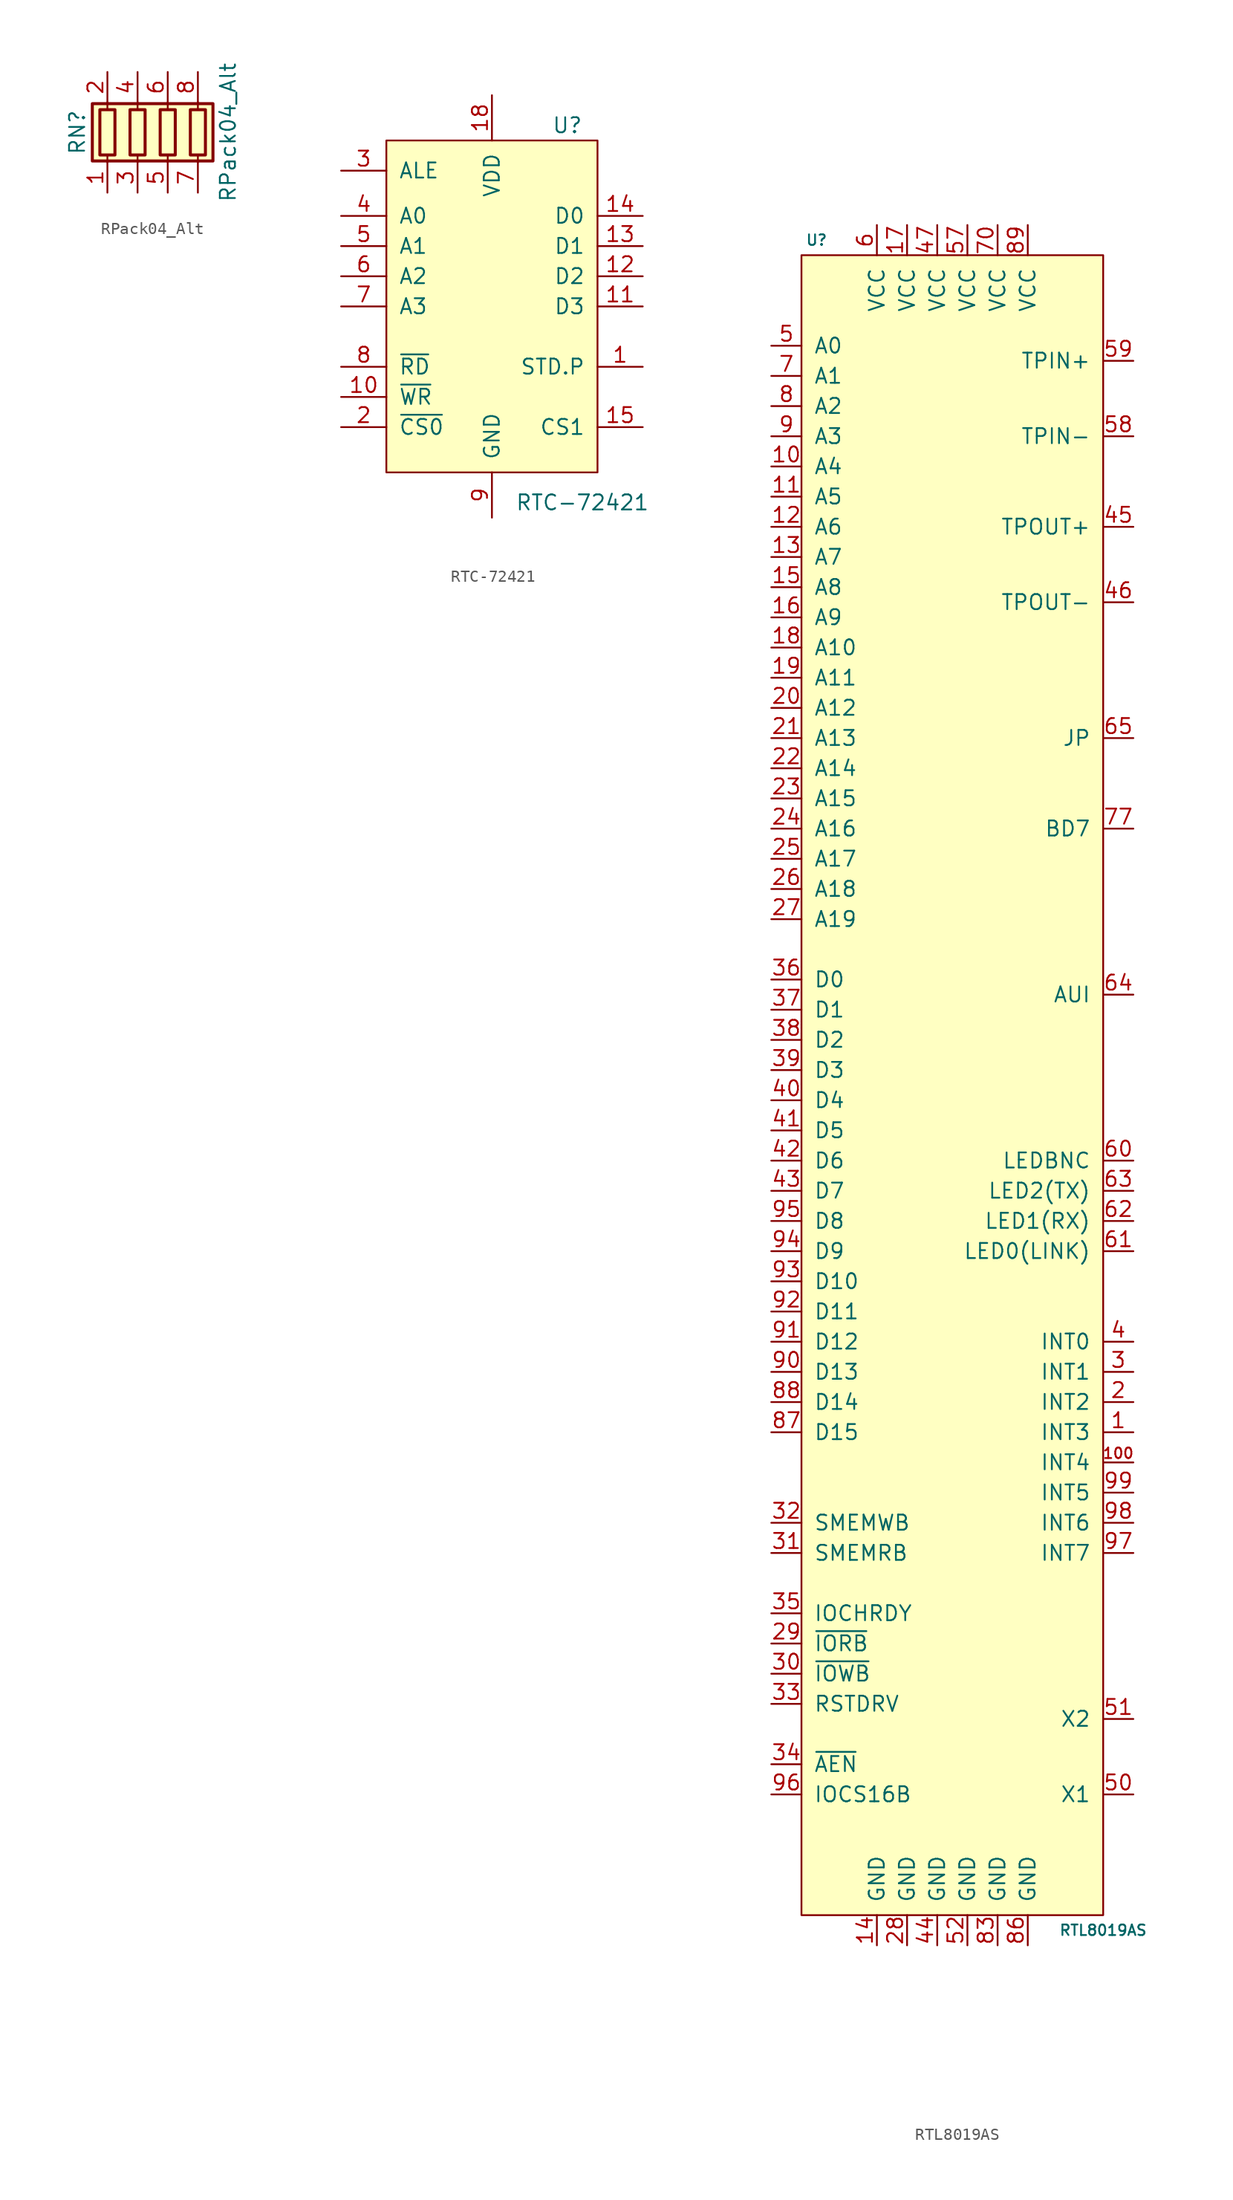
<source format=kicad_sym>
(kicad_symbol_lib
  (version 20220914)
  (generator kicad_symbol_editor)
  (symbol "RPack04_Alt"
    (pin_names
      (offset 0) hide)
    (property "Reference" "RN"
      (at -7.62 0 90)
      (effects (font (size 1.27 1.27))))
    (property "Value" "RPack04_Alt"
      (at 5.08 0 90)
      (effects (font (size 1.27 1.27))))
    (symbol "RPack04_Alt_0_1"
      (rectangle (start -6.35 -2.413) (end 3.81 2.413) (stroke (width 0.254) (type default)) (fill (type background)))
      (rectangle (start -5.715 1.905) (end -4.445 -1.905) (stroke (width 0.254) (type default)) (fill (type none)))
      (rectangle (start -3.175 1.905) (end -1.905 -1.905) (stroke (width 0.254) (type default)) (fill (type none)))
      (rectangle (start -0.635 1.905) (end 0.635 -1.905) (stroke (width 0.254) (type default)) (fill (type none)))
      (polyline (pts (xy -5.08 -2.54) (xy -5.08 -1.905)) (stroke (width 0) (type default)) (fill (type none)))
      (polyline (pts (xy -5.08 1.905) (xy -5.08 2.54)) (stroke (width 0) (type default)) (fill (type none)))
      (polyline (pts (xy -2.54 -2.54) (xy -2.54 -1.905)) (stroke (width 0) (type default)) (fill (type none)))
      (polyline (pts (xy -2.54 1.905) (xy -2.54 2.54)) (stroke (width 0) (type default)) (fill (type none)))
      (polyline (pts (xy 0 -2.54) (xy 0 -1.905)) (stroke (width 0) (type default)) (fill (type none)))
      (polyline (pts (xy 0 1.905) (xy 0 2.54)) (stroke (width 0) (type default)) (fill (type none)))
      (polyline (pts (xy 2.54 -2.54) (xy 2.54 -1.905)) (stroke (width 0) (type default)) (fill (type none)))
      (polyline (pts (xy 2.54 1.905) (xy 2.54 2.54)) (stroke (width 0) (type default)) (fill (type none)))
      (rectangle (start 1.905 1.905) (end 3.175 -1.905) (stroke (width 0.254) (type default)) (fill (type none))))
    (symbol "RPack04_Alt_1_1"
      (pin passive line (at -5.08 -5.08 90) (length 2.54) (name "R1.1" (effects (font (size 1.27 1.27)))) (number "1" (effects (font (size 1.27 1.27)))))
      (pin passive line (at -5.08 5.08 270) (length 2.54) (name "R1.2" (effects (font (size 1.27 1.27)))) (number "2" (effects (font (size 1.27 1.27)))))
      (pin passive line (at -2.54 -5.08 90) (length 2.54) (name "R2.1" (effects (font (size 1.27 1.27)))) (number "3" (effects (font (size 1.27 1.27)))))
      (pin passive line (at -2.54 5.08 270) (length 2.54) (name "R2.2" (effects (font (size 1.27 1.27)))) (number "4" (effects (font (size 1.27 1.27)))))
      (pin passive line (at 0 -5.08 90) (length 2.54) (name "R3.1" (effects (font (size 1.27 1.27)))) (number "5" (effects (font (size 1.27 1.27)))))
      (pin passive line (at 0 5.08 270) (length 2.54) (name "R3.2" (effects (font (size 1.27 1.27)))) (number "6" (effects (font (size 1.27 1.27)))))
      (pin passive line (at 2.54 -5.08 90) (length 2.54) (name "R4.1" (effects (font (size 1.27 1.27)))) (number "7" (effects (font (size 1.27 1.27)))))
      (pin passive line (at 2.54 5.08 270) (length 2.54) (name "R4.2" (effects (font (size 1.27 1.27)))) (number "8" (effects (font (size 1.27 1.27)))))))
  (symbol "RTC-72421"
    (pin_names
      (offset 1.016))
    (property "Reference" "U"
      (at 6.35 13.97 0)
      (effects (font (size 1.27 1.27))))
    (property "Value" "RTC-72421"
      (at 7.62 -17.78 0)
      (effects (font (size 1.27 1.27))))
    (symbol "RTC-72421_0_1"
      (rectangle (start -8.89 12.7) (end 8.89 -15.24) (stroke (width 0) (type default)) (fill (type background))))
    (symbol "RTC-72421_1_1"
      (pin output line (at 12.7 -6.35 180) (length 3.81) (name "STD.P" (effects (font (size 1.27 1.27)))) (number "1" (effects (font (size 1.27 1.27)))))
      (pin input line (at -12.7 -8.89 0) (length 3.81) (name "~{WR}" (effects (font (size 1.27 1.27)))) (number "10" (effects (font (size 1.27 1.27)))))
      (pin bidirectional line (at 12.7 -1.27 180) (length 3.81) (name "D3" (effects (font (size 1.27 1.27)))) (number "11" (effects (font (size 1.27 1.27)))))
      (pin bidirectional line (at 12.7 1.27 180) (length 3.81) (name "D2" (effects (font (size 1.27 1.27)))) (number "12" (effects (font (size 1.27 1.27)))))
      (pin bidirectional line (at 12.7 3.81 180) (length 3.81) (name "D1" (effects (font (size 1.27 1.27)))) (number "13" (effects (font (size 1.27 1.27)))))
      (pin bidirectional line (at 12.7 6.35 180) (length 3.81) (name "D0" (effects (font (size 1.27 1.27)))) (number "14" (effects (font (size 1.27 1.27)))))
      (pin input line (at 12.7 -11.43 180) (length 3.81) (name "CS1" (effects (font (size 1.27 1.27)))) (number "15" (effects (font (size 1.27 1.27)))))
      (pin no_connect line (at -12.7 -3.81 0) (length 3.81) hide (name "(VDD)" (effects (font (size 1.27 1.27)))) (number "16" (effects (font (size 1.27 1.27)))))
      (pin no_connect line (at 12.7 -3.81 180) (length 3.81) hide (name "(VDD)" (effects (font (size 1.27 1.27)))) (number "17" (effects (font (size 1.27 1.27)))))
      (pin power_in line (at 0 16.51 270) (length 3.81) (name "VDD" (effects (font (size 1.27 1.27)))) (number "18" (effects (font (size 1.27 1.27)))))
      (pin input line (at -12.7 -11.43 0) (length 3.81) (name "~{CS0}" (effects (font (size 1.27 1.27)))) (number "2" (effects (font (size 1.27 1.27)))))
      (pin input line (at -12.7 10.16 0) (length 3.81) (name "ALE" (effects (font (size 1.27 1.27)))) (number "3" (effects (font (size 1.27 1.27)))))
      (pin input line (at -12.7 6.35 0) (length 3.81) (name "A0" (effects (font (size 1.27 1.27)))) (number "4" (effects (font (size 1.27 1.27)))))
      (pin input line (at -12.7 3.81 0) (length 3.81) (name "A1" (effects (font (size 1.27 1.27)))) (number "5" (effects (font (size 1.27 1.27)))))
      (pin input line (at -12.7 1.27 0) (length 3.81) (name "A2" (effects (font (size 1.27 1.27)))) (number "6" (effects (font (size 1.27 1.27)))))
      (pin input line (at -12.7 -1.27 0) (length 3.81) (name "A3" (effects (font (size 1.27 1.27)))) (number "7" (effects (font (size 1.27 1.27)))))
      (pin input line (at -12.7 -6.35 0) (length 3.81) (name "~{RD}" (effects (font (size 1.27 1.27)))) (number "8" (effects (font (size 1.27 1.27)))))
      (pin power_in line (at 0 -19.05 90) (length 3.81) (name "GND" (effects (font (size 1.27 1.27)))) (number "9" (effects (font (size 1.27 1.27)))))))
  (symbol "RTL8019AS"
    (pin_names
      (offset 1.016))
    (property "Reference" "U"
      (at -11.43 36.83 0)
      (effects (font (size 0.889 0.889))))
    (property "Value" "RTL8019AS"
      (at 12.7 -105.41 0)
      (effects (font (size 0.889 0.889))))
    (symbol "RTL8019AS_0_1"
      (rectangle (start -12.7 35.56) (end 12.7 -104.14) (stroke (width 0) (type default)) (fill (type background))))
    (symbol "RTL8019AS_1_1"
      (pin output line (at 15.24 -63.5 180) (length 2.54) (name "INT3" (effects (font (size 1.27 1.27)))) (number "1" (effects (font (size 1.27 1.27)))))
      (pin input line (at -15.24 17.78 0) (length 2.54) (name "A4" (effects (font (size 1.27 1.27)))) (number "10" (effects (font (size 1.27 1.27)))))
      (pin output line (at 15.24 -66.04 180) (length 2.54) (name "INT4" (effects (font (size 1.27 1.27)))) (number "100" (effects (font (size 0.889 0.889)))))
      (pin input line (at -15.24 15.24 0) (length 2.54) (name "A5" (effects (font (size 1.27 1.27)))) (number "11" (effects (font (size 1.27 1.27)))))
      (pin input line (at -15.24 12.7 0) (length 2.54) (name "A6" (effects (font (size 1.27 1.27)))) (number "12" (effects (font (size 1.27 1.27)))))
      (pin input line (at -15.24 10.16 0) (length 2.54) (name "A7" (effects (font (size 1.27 1.27)))) (number "13" (effects (font (size 1.27 1.27)))))
      (pin power_in line (at -6.35 -106.68 90) (length 2.54) (name "GND" (effects (font (size 1.27 1.27)))) (number "14" (effects (font (size 1.27 1.27)))))
      (pin input line (at -15.24 7.62 0) (length 2.54) (name "A8" (effects (font (size 1.27 1.27)))) (number "15" (effects (font (size 1.27 1.27)))))
      (pin input line (at -15.24 5.08 0) (length 2.54) (name "A9" (effects (font (size 1.27 1.27)))) (number "16" (effects (font (size 1.27 1.27)))))
      (pin power_in line (at -3.81 38.1 270) (length 2.54) (name "VCC" (effects (font (size 1.27 1.27)))) (number "17" (effects (font (size 1.27 1.27)))))
      (pin input line (at -15.24 2.54 0) (length 2.54) (name "A10" (effects (font (size 1.27 1.27)))) (number "18" (effects (font (size 1.27 1.27)))))
      (pin input line (at -15.24 0 0) (length 2.54) (name "A11" (effects (font (size 1.27 1.27)))) (number "19" (effects (font (size 1.27 1.27)))))
      (pin output line (at 15.24 -60.96 180) (length 2.54) (name "INT2" (effects (font (size 1.27 1.27)))) (number "2" (effects (font (size 1.27 1.27)))))
      (pin input line (at -15.24 -2.54 0) (length 2.54) (name "A12" (effects (font (size 1.27 1.27)))) (number "20" (effects (font (size 1.27 1.27)))))
      (pin input line (at -15.24 -5.08 0) (length 2.54) (name "A13" (effects (font (size 1.27 1.27)))) (number "21" (effects (font (size 1.27 1.27)))))
      (pin input line (at -15.24 -7.62 0) (length 2.54) (name "A14" (effects (font (size 1.27 1.27)))) (number "22" (effects (font (size 1.27 1.27)))))
      (pin input line (at -15.24 -10.16 0) (length 2.54) (name "A15" (effects (font (size 1.27 1.27)))) (number "23" (effects (font (size 1.27 1.27)))))
      (pin input line (at -15.24 -12.7 0) (length 2.54) (name "A16" (effects (font (size 1.27 1.27)))) (number "24" (effects (font (size 1.27 1.27)))))
      (pin input line (at -15.24 -15.24 0) (length 2.54) (name "A17" (effects (font (size 1.27 1.27)))) (number "25" (effects (font (size 1.27 1.27)))))
      (pin input line (at -15.24 -17.78 0) (length 2.54) (name "A18" (effects (font (size 1.27 1.27)))) (number "26" (effects (font (size 1.27 1.27)))))
      (pin input line (at -15.24 -20.32 0) (length 2.54) (name "A19" (effects (font (size 1.27 1.27)))) (number "27" (effects (font (size 1.27 1.27)))))
      (pin power_in line (at -3.81 -106.68 90) (length 2.54) (name "GND" (effects (font (size 1.27 1.27)))) (number "28" (effects (font (size 1.27 1.27)))))
      (pin input line (at -15.24 -81.28 0) (length 2.54) (name "~{IORB}" (effects (font (size 1.27 1.27)))) (number "29" (effects (font (size 1.27 1.27)))))
      (pin output line (at 15.24 -58.42 180) (length 2.54) (name "INT1" (effects (font (size 1.27 1.27)))) (number "3" (effects (font (size 1.27 1.27)))))
      (pin input line (at -15.24 -83.82 0) (length 2.54) (name "~{IOWB}" (effects (font (size 1.27 1.27)))) (number "30" (effects (font (size 1.27 1.27)))))
      (pin input line (at -15.24 -73.66 0) (length 2.54) (name "SMEMRB" (effects (font (size 1.27 1.27)))) (number "31" (effects (font (size 1.27 1.27)))))
      (pin input line (at -15.24 -71.12 0) (length 2.54) (name "SMEMWB" (effects (font (size 1.27 1.27)))) (number "32" (effects (font (size 1.27 1.27)))))
      (pin input line (at -15.24 -86.36 0) (length 2.54) (name "RSTDRV" (effects (font (size 1.27 1.27)))) (number "33" (effects (font (size 1.27 1.27)))))
      (pin input line (at -15.24 -91.44 0) (length 2.54) (name "~{AEN}" (effects (font (size 1.27 1.27)))) (number "34" (effects (font (size 1.27 1.27)))))
      (pin input line (at -15.24 -78.74 0) (length 2.54) (name "IOCHRDY" (effects (font (size 1.27 1.27)))) (number "35" (effects (font (size 1.27 1.27)))))
      (pin bidirectional line (at -15.24 -25.4 0) (length 2.54) (name "D0" (effects (font (size 1.27 1.27)))) (number "36" (effects (font (size 1.27 1.27)))))
      (pin bidirectional line (at -15.24 -27.94 0) (length 2.54) (name "D1" (effects (font (size 1.27 1.27)))) (number "37" (effects (font (size 1.27 1.27)))))
      (pin bidirectional line (at -15.24 -30.48 0) (length 2.54) (name "D2" (effects (font (size 1.27 1.27)))) (number "38" (effects (font (size 1.27 1.27)))))
      (pin bidirectional line (at -15.24 -33.02 0) (length 2.54) (name "D3" (effects (font (size 1.27 1.27)))) (number "39" (effects (font (size 1.27 1.27)))))
      (pin output line (at 15.24 -55.88 180) (length 2.54) (name "INT0" (effects (font (size 1.27 1.27)))) (number "4" (effects (font (size 1.27 1.27)))))
      (pin bidirectional line (at -15.24 -35.56 0) (length 2.54) (name "D4" (effects (font (size 1.27 1.27)))) (number "40" (effects (font (size 1.27 1.27)))))
      (pin bidirectional line (at -15.24 -38.1 0) (length 2.54) (name "D5" (effects (font (size 1.27 1.27)))) (number "41" (effects (font (size 1.27 1.27)))))
      (pin bidirectional line (at -15.24 -40.64 0) (length 2.54) (name "D6" (effects (font (size 1.27 1.27)))) (number "42" (effects (font (size 1.27 1.27)))))
      (pin bidirectional line (at -15.24 -43.18 0) (length 2.54) (name "D7" (effects (font (size 1.27 1.27)))) (number "43" (effects (font (size 1.27 1.27)))))
      (pin power_in line (at -1.27 -106.68 90) (length 2.54) (name "GND" (effects (font (size 1.27 1.27)))) (number "44" (effects (font (size 1.27 1.27)))))
      (pin passive line (at 15.24 12.7 180) (length 2.54) (name "TPOUT+" (effects (font (size 1.27 1.27)))) (number "45" (effects (font (size 1.27 1.27)))))
      (pin passive line (at 15.24 6.35 180) (length 2.54) (name "TPOUT-" (effects (font (size 1.27 1.27)))) (number "46" (effects (font (size 1.27 1.27)))))
      (pin power_in line (at -1.27 38.1 270) (length 2.54) (name "VCC" (effects (font (size 1.27 1.27)))) (number "47" (effects (font (size 1.27 1.27)))))
      (pin no_connect line (at 0 -15.24 180) (length 2.54) hide (name "TX-" (effects (font (size 1.27 1.27)))) (number "48" (effects (font (size 1.27 1.27)))))
      (pin no_connect line (at 0 -12.7 180) (length 2.54) hide (name "TX+" (effects (font (size 1.27 1.27)))) (number "49" (effects (font (size 1.27 1.27)))))
      (pin input line (at -15.24 27.94 0) (length 2.54) (name "A0" (effects (font (size 1.27 1.27)))) (number "5" (effects (font (size 1.27 1.27)))))
      (pin passive line (at 15.24 -93.98 180) (length 2.54) (name "X1" (effects (font (size 1.27 1.27)))) (number "50" (effects (font (size 1.27 1.27)))))
      (pin passive line (at 15.24 -87.63 180) (length 2.54) (name "X2" (effects (font (size 1.27 1.27)))) (number "51" (effects (font (size 1.27 1.27)))))
      (pin power_in line (at 1.27 -106.68 90) (length 2.54) (name "GND" (effects (font (size 1.27 1.27)))) (number "52" (effects (font (size 1.27 1.27)))))
      (pin no_connect line (at 0 -7.62 180) (length 2.54) hide (name "CD-" (effects (font (size 1.27 1.27)))) (number "53" (effects (font (size 1.27 1.27)))))
      (pin no_connect line (at 0 -5.08 180) (length 2.54) hide (name "CD+" (effects (font (size 1.27 1.27)))) (number "54" (effects (font (size 1.27 1.27)))))
      (pin no_connect line (at 0 0 180) (length 2.54) hide (name "RX-" (effects (font (size 1.27 1.27)))) (number "55" (effects (font (size 1.27 1.27)))))
      (pin no_connect line (at 0 2.54 180) (length 2.54) hide (name "RX+" (effects (font (size 1.27 1.27)))) (number "56" (effects (font (size 1.27 1.27)))))
      (pin power_in line (at 1.27 38.1 270) (length 2.54) (name "VCC" (effects (font (size 1.27 1.27)))) (number "57" (effects (font (size 1.27 1.27)))))
      (pin passive line (at 15.24 20.32 180) (length 2.54) (name "TPIN-" (effects (font (size 1.27 1.27)))) (number "58" (effects (font (size 1.27 1.27)))))
      (pin passive line (at 15.24 26.67 180) (length 2.54) (name "TPIN+" (effects (font (size 1.27 1.27)))) (number "59" (effects (font (size 1.27 1.27)))))
      (pin power_in line (at -6.35 38.1 270) (length 2.54) (name "VCC" (effects (font (size 1.27 1.27)))) (number "6" (effects (font (size 1.27 1.27)))))
      (pin output line (at 15.24 -40.64 180) (length 2.54) (name "LEDBNC" (effects (font (size 1.27 1.27)))) (number "60" (effects (font (size 1.27 1.27)))))
      (pin output line (at 15.24 -48.26 180) (length 2.54) (name "LED0(LINK)" (effects (font (size 1.27 1.27)))) (number "61" (effects (font (size 1.27 1.27)))))
      (pin output line (at 15.24 -45.72 180) (length 2.54) (name "LED1(RX)" (effects (font (size 1.27 1.27)))) (number "62" (effects (font (size 1.27 1.27)))))
      (pin output line (at 15.24 -43.18 180) (length 2.54) (name "LED2(TX)" (effects (font (size 1.27 1.27)))) (number "63" (effects (font (size 1.27 1.27)))))
      (pin input line (at 15.24 -26.67 180) (length 2.54) (name "AUI" (effects (font (size 1.27 1.27)))) (number "64" (effects (font (size 1.27 1.27)))))
      (pin input line (at 15.24 -5.08 180) (length 2.54) (name "JP" (effects (font (size 1.27 1.27)))) (number "65" (effects (font (size 1.27 1.27)))))
      (pin no_connect line (at 2.54 -53.34 180) (length 2.54) hide (name "BA21/PNP" (effects (font (size 1.27 1.27)))) (number "66" (effects (font (size 1.27 1.27)))))
      (pin no_connect line (at 2.54 -50.8 180) (length 2.54) hide (name "BA20/BS0" (effects (font (size 1.27 1.27)))) (number "67" (effects (font (size 1.27 1.27)))))
      (pin no_connect line (at 2.54 -48.26 180) (length 2.54) hide (name "BA19/BS1" (effects (font (size 1.27 1.27)))) (number "68" (effects (font (size 1.27 1.27)))))
      (pin no_connect line (at 2.54 -45.72 180) (length 2.54) hide (name "BA18/BS2" (effects (font (size 1.27 1.27)))) (number "69" (effects (font (size 1.27 1.27)))))
      (pin input line (at -15.24 25.4 0) (length 2.54) (name "A1" (effects (font (size 1.27 1.27)))) (number "7" (effects (font (size 1.27 1.27)))))
      (pin power_in line (at 3.81 38.1 270) (length 2.54) (name "VCC" (effects (font (size 1.27 1.27)))) (number "70" (effects (font (size 1.27 1.27)))))
      (pin no_connect line (at 2.54 -43.18 180) (length 2.54) hide (name "BA17/BS3" (effects (font (size 1.27 1.27)))) (number "71" (effects (font (size 1.27 1.27)))))
      (pin no_connect line (at 2.54 -40.64 180) (length 2.54) hide (name "BA16/BS4" (effects (font (size 1.27 1.27)))) (number "72" (effects (font (size 1.27 1.27)))))
      (pin no_connect line (at 2.54 -38.1 180) (length 2.54) hide (name "BA15" (effects (font (size 1.27 1.27)))) (number "73" (effects (font (size 1.27 1.27)))))
      (pin no_connect line (at 2.54 -35.56 180) (length 2.54) hide (name "BA14/PL0" (effects (font (size 1.27 1.27)))) (number "74" (effects (font (size 1.27 1.27)))))
      (pin no_connect line (at 15.24 -16.51 180) (length 2.54) hide (name "BCSB" (effects (font (size 1.27 1.27)))) (number "75" (effects (font (size 1.27 1.27)))))
      (pin no_connect line (at 15.24 -19.05 180) (length 2.54) hide (name "EECS" (effects (font (size 1.27 1.27)))) (number "76" (effects (font (size 1.27 1.27)))))
      (pin bidirectional line (at 15.24 -12.7 180) (length 2.54) (name "BD7" (effects (font (size 1.27 1.27)))) (number "77" (effects (font (size 1.27 1.27)))))
      (pin no_connect line (at 0 7.62 180) (length 2.54) hide (name "BD6/IRQS0/EEDI" (effects (font (size 1.27 1.27)))) (number "78" (effects (font (size 1.27 1.27)))))
      (pin no_connect line (at 0 10.16 180) (length 2.54) hide (name "BD5/IRQS1/EESK" (effects (font (size 1.27 1.27)))) (number "79" (effects (font (size 1.27 1.27)))))
      (pin input line (at -15.24 22.86 0) (length 2.54) (name "A2" (effects (font (size 1.27 1.27)))) (number "8" (effects (font (size 1.27 1.27)))))
      (pin no_connect line (at 0 12.7 180) (length 2.54) hide (name "BD4/IRQS2" (effects (font (size 1.27 1.27)))) (number "80" (effects (font (size 1.27 1.27)))))
      (pin no_connect line (at 0 15.24 180) (length 2.54) hide (name "BD3/IOS0" (effects (font (size 1.27 1.27)))) (number "81" (effects (font (size 1.27 1.27)))))
      (pin no_connect line (at 0 17.78 180) (length 2.54) hide (name "BD2/IOS1" (effects (font (size 1.27 1.27)))) (number "82" (effects (font (size 1.27 1.27)))))
      (pin power_in line (at 3.81 -106.68 90) (length 2.54) (name "GND" (effects (font (size 1.27 1.27)))) (number "83" (effects (font (size 1.27 1.27)))))
      (pin no_connect line (at 0 20.32 180) (length 2.54) hide (name "BD1/IOS2" (effects (font (size 1.27 1.27)))) (number "84" (effects (font (size 1.27 1.27)))))
      (pin no_connect line (at 0 22.86 180) (length 2.54) hide (name "BD0/IOS3" (effects (font (size 1.27 1.27)))) (number "85" (effects (font (size 1.27 1.27)))))
      (pin power_in line (at 6.35 -106.68 90) (length 2.54) (name "GND" (effects (font (size 1.27 1.27)))) (number "86" (effects (font (size 1.27 1.27)))))
      (pin bidirectional line (at -15.24 -63.5 0) (length 2.54) (name "D15" (effects (font (size 1.27 1.27)))) (number "87" (effects (font (size 1.27 1.27)))))
      (pin bidirectional line (at -15.24 -60.96 0) (length 2.54) (name "D14" (effects (font (size 1.27 1.27)))) (number "88" (effects (font (size 1.27 1.27)))))
      (pin power_in line (at 6.35 38.1 270) (length 2.54) (name "VCC" (effects (font (size 1.27 1.27)))) (number "89" (effects (font (size 1.27 1.27)))))
      (pin input line (at -15.24 20.32 0) (length 2.54) (name "A3" (effects (font (size 1.27 1.27)))) (number "9" (effects (font (size 1.27 1.27)))))
      (pin bidirectional line (at -15.24 -58.42 0) (length 2.54) (name "D13" (effects (font (size 1.27 1.27)))) (number "90" (effects (font (size 1.27 1.27)))))
      (pin bidirectional line (at -15.24 -55.88 0) (length 2.54) (name "D12" (effects (font (size 1.27 1.27)))) (number "91" (effects (font (size 1.27 1.27)))))
      (pin bidirectional line (at -15.24 -53.34 0) (length 2.54) (name "D11" (effects (font (size 1.27 1.27)))) (number "92" (effects (font (size 1.27 1.27)))))
      (pin bidirectional line (at -15.24 -50.8 0) (length 2.54) (name "D10" (effects (font (size 1.27 1.27)))) (number "93" (effects (font (size 1.27 1.27)))))
      (pin bidirectional line (at -15.24 -48.26 0) (length 2.54) (name "D9" (effects (font (size 1.27 1.27)))) (number "94" (effects (font (size 1.27 1.27)))))
      (pin bidirectional line (at -15.24 -45.72 0) (length 2.54) (name "D8" (effects (font (size 1.27 1.27)))) (number "95" (effects (font (size 1.27 1.27)))))
      (pin input line (at -15.24 -93.98 0) (length 2.54) (name "IOCS16B" (effects (font (size 1.27 1.27)))) (number "96" (effects (font (size 1.27 1.27)))))
      (pin output line (at 15.24 -73.66 180) (length 2.54) (name "INT7" (effects (font (size 1.27 1.27)))) (number "97" (effects (font (size 1.27 1.27)))))
      (pin output line (at 15.24 -71.12 180) (length 2.54) (name "INT6" (effects (font (size 1.27 1.27)))) (number "98" (effects (font (size 1.27 1.27)))))
      (pin output line (at 15.24 -68.58 180) (length 2.54) (name "INT5" (effects (font (size 1.27 1.27)))) (number "99" (effects (font (size 1.27 1.27))))))))
</source>
